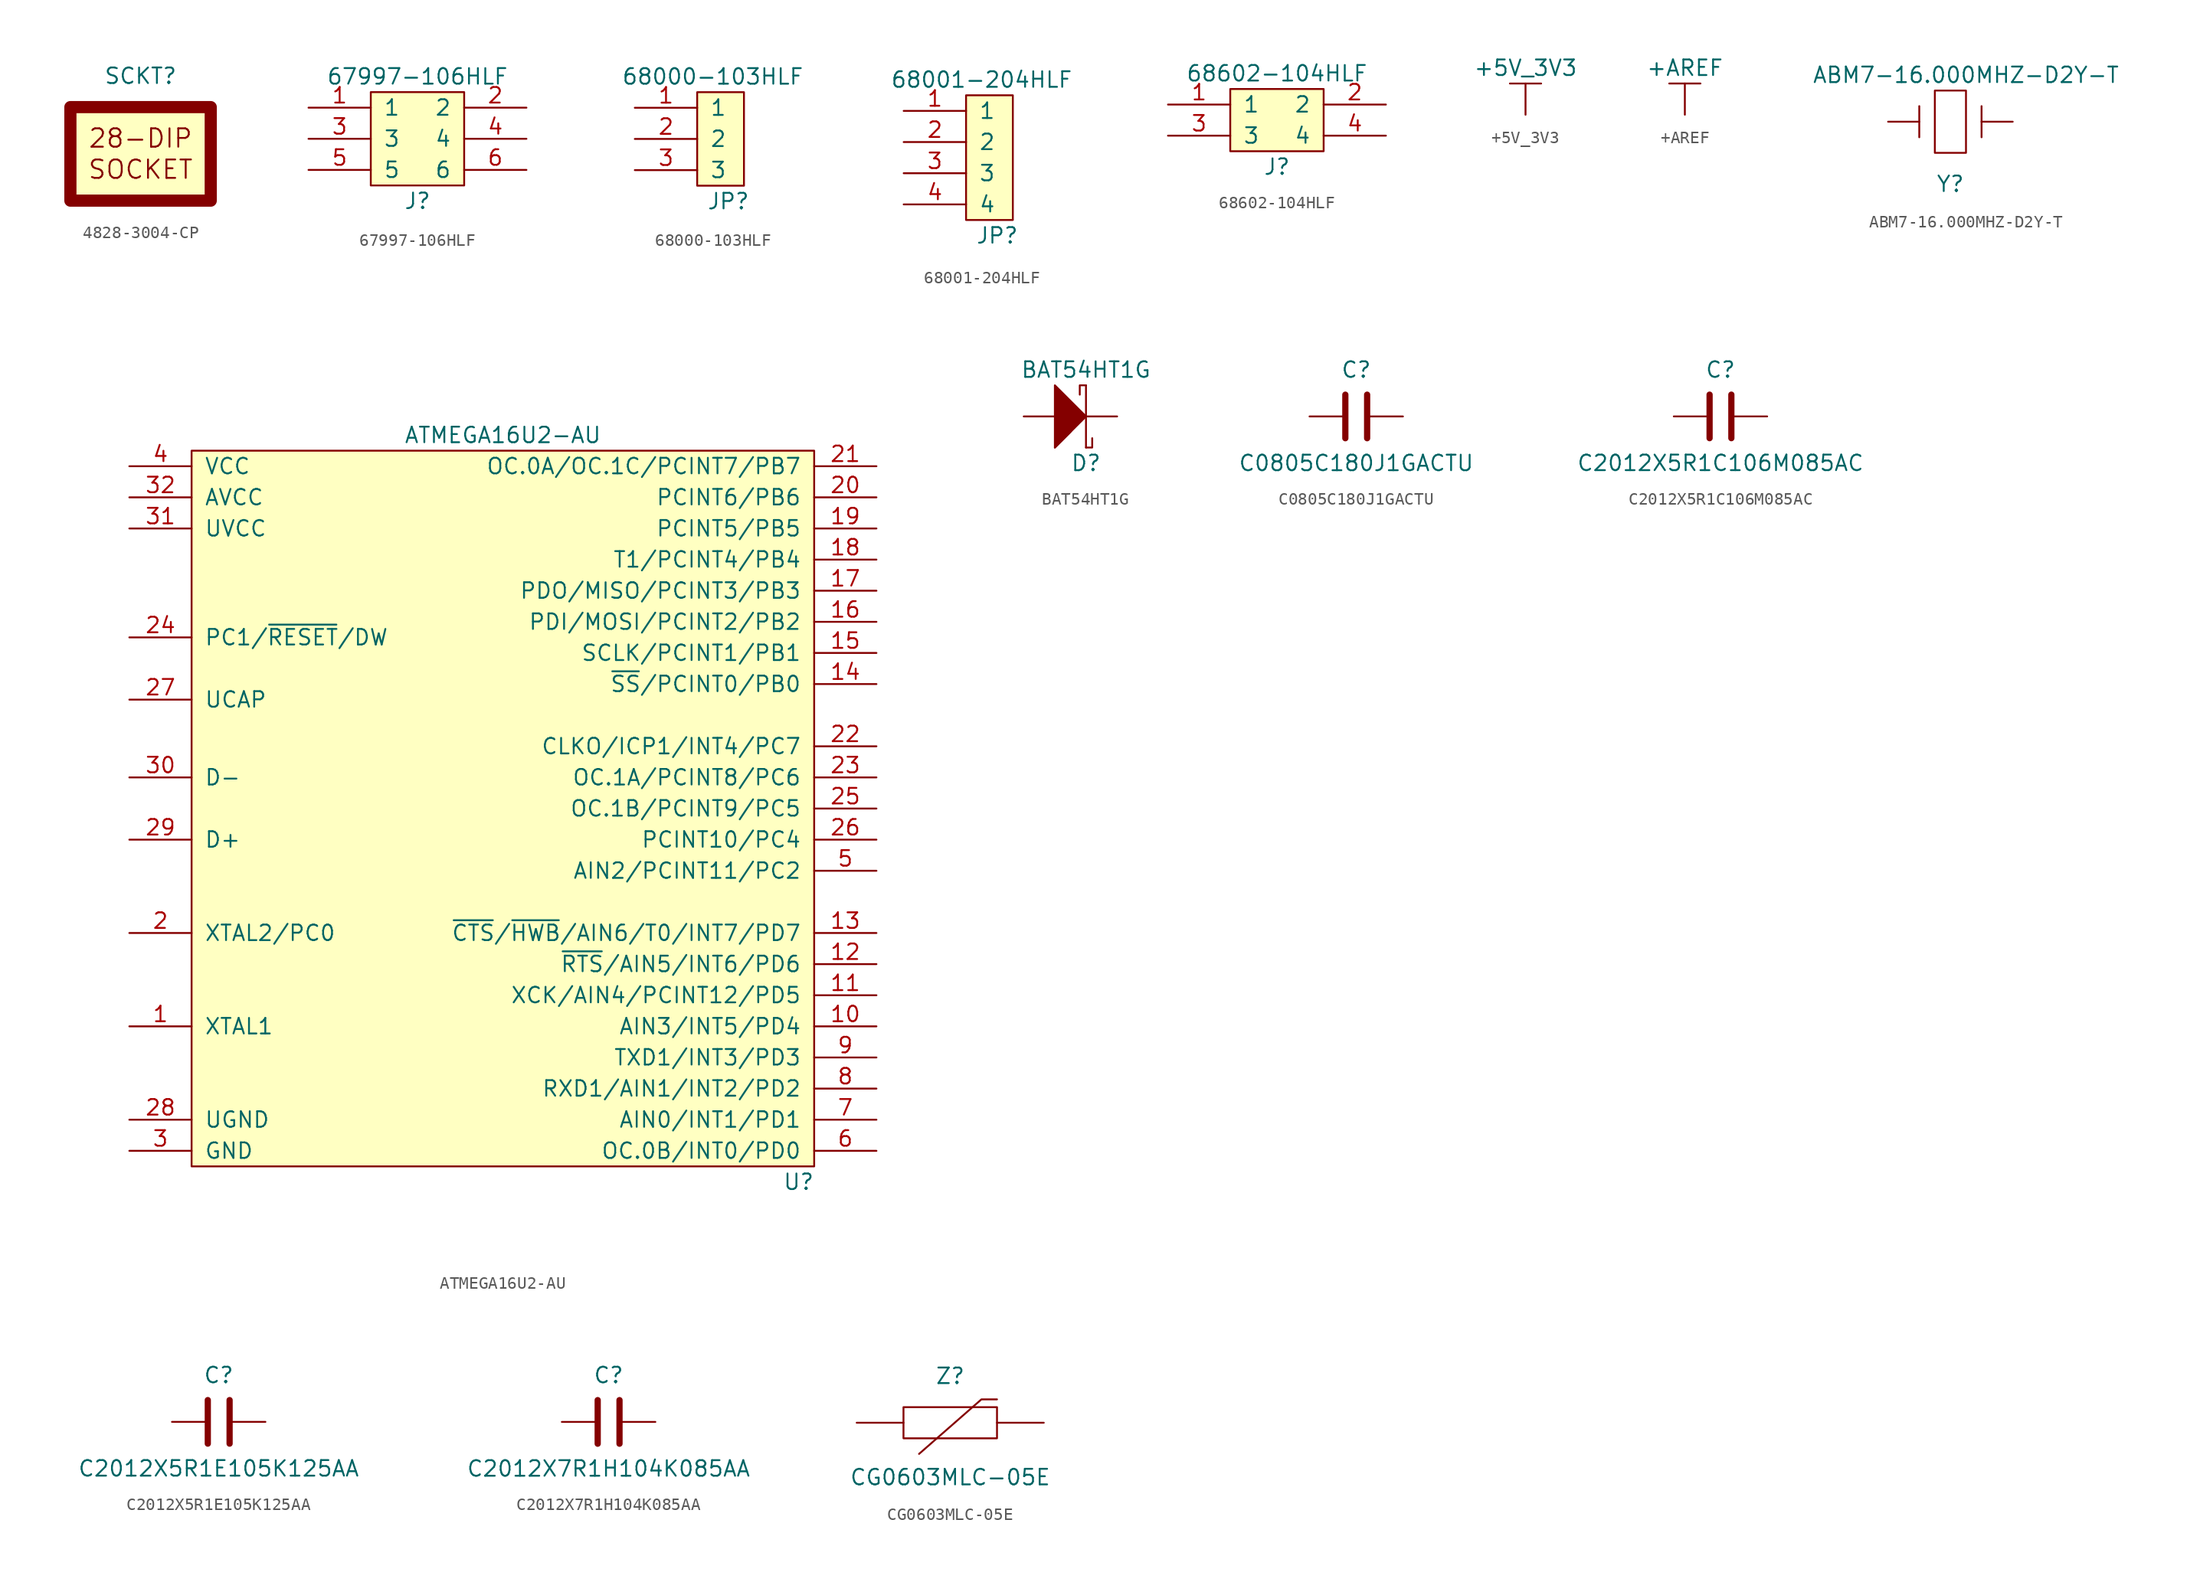
<source format=kicad_sym>
(kicad_symbol_lib
  (version 20220914)
  (generator kicad_symbol_editor)
  (symbol "4828-3004-CP"
    (pin_names
      (offset 1.016))
    (property "Reference" "SCKT"
      (at 0 6.35 0)
      (effects (font (size 1.27 1.27))))
    (symbol "4828-3004-CP_0_0"
      (rectangle (start -5.715 3.81) (end 5.715 -3.81) (stroke (width 0.991) (type solid)) (fill (type background)))
      (text "28-DIP" (at 0 1.27 0) (effects (font (size 1.499 1.499))))
      (text "SOCKET" (at 0 -1.27 0) (effects (font (size 1.499 1.499))))))
  (symbol "67997-106HLF"
    (pin_names
      (offset 1.016))
    (property "Reference" "J"
      (at 0 -5.08 0)
      (effects (font (size 1.27 1.27))))
    (property "Value" "67997-106HLF"
      (at 0 5.08 0)
      (effects (font (size 1.27 1.27))))
    (symbol "67997-106HLF_0_1"
      (rectangle (start -3.81 3.81) (end 3.81 -3.81) (stroke (width 0) (type solid)) (fill (type background))))
    (symbol "67997-106HLF_1_1"
      (pin passive line (at -8.89 2.54 0) (length 5.08) (name "1" (effects (font (size 1.27 1.27)))) (number "1" (effects (font (size 1.27 1.27)))))
      (pin passive line (at 8.89 2.54 180) (length 5.08) (name "2" (effects (font (size 1.27 1.27)))) (number "2" (effects (font (size 1.27 1.27)))))
      (pin passive line (at -8.89 0 0) (length 5.08) (name "3" (effects (font (size 1.27 1.27)))) (number "3" (effects (font (size 1.27 1.27)))))
      (pin passive line (at 8.89 0 180) (length 5.08) (name "4" (effects (font (size 1.27 1.27)))) (number "4" (effects (font (size 1.27 1.27)))))
      (pin passive line (at -8.89 -2.54 0) (length 5.08) (name "5" (effects (font (size 1.27 1.27)))) (number "5" (effects (font (size 1.27 1.27)))))
      (pin passive line (at 8.89 -2.54 180) (length 5.08) (name "6" (effects (font (size 1.27 1.27)))) (number "6" (effects (font (size 1.27 1.27)))))))
  (symbol "68000-103HLF"
    (pin_names
      (offset 1.016))
    (property "Reference" "JP"
      (at 1.27 -5.08 0)
      (effects (font (size 1.27 1.27))))
    (property "Value" "68000-103HLF"
      (at 0 5.08 0)
      (effects (font (size 1.27 1.27))))
    (symbol "68000-103HLF_0_1"
      (rectangle (start -1.27 3.81) (end 2.54 -3.81) (stroke (width 0) (type solid)) (fill (type background))))
    (symbol "68000-103HLF_1_1"
      (pin passive line (at -6.35 2.54 0) (length 5.08) (name "1" (effects (font (size 1.27 1.27)))) (number "1" (effects (font (size 1.27 1.27)))))
      (pin passive line (at -6.35 0 0) (length 5.08) (name "2" (effects (font (size 1.27 1.27)))) (number "2" (effects (font (size 1.27 1.27)))))
      (pin passive line (at -6.35 -2.54 0) (length 5.08) (name "3" (effects (font (size 1.27 1.27)))) (number "3" (effects (font (size 1.27 1.27)))))))
  (symbol "68001-204HLF"
    (pin_names
      (offset 1.016))
    (property "Reference" "JP"
      (at 1.27 -6.35 0)
      (effects (font (size 1.27 1.27))))
    (property "Value" "68001-204HLF"
      (at 0 6.35 0)
      (effects (font (size 1.27 1.27))))
    (symbol "68001-204HLF_0_1"
      (rectangle (start -1.27 5.08) (end 2.54 -5.08) (stroke (width 0) (type solid)) (fill (type background))))
    (symbol "68001-204HLF_1_1"
      (pin passive line (at -6.35 3.81 0) (length 5.08) (name "1" (effects (font (size 1.27 1.27)))) (number "1" (effects (font (size 1.27 1.27)))))
      (pin passive line (at -6.35 1.27 0) (length 5.08) (name "2" (effects (font (size 1.27 1.27)))) (number "2" (effects (font (size 1.27 1.27)))))
      (pin passive line (at -6.35 -1.27 0) (length 5.08) (name "3" (effects (font (size 1.27 1.27)))) (number "3" (effects (font (size 1.27 1.27)))))
      (pin passive line (at -6.35 -3.81 0) (length 5.08) (name "4" (effects (font (size 1.27 1.27)))) (number "4" (effects (font (size 1.27 1.27)))))))
  (symbol "68602-104HLF"
    (pin_names
      (offset 1.016))
    (property "Reference" "J"
      (at 0 -3.81 0)
      (effects (font (size 1.27 1.27))))
    (property "Value" "68602-104HLF"
      (at 0 3.81 0)
      (effects (font (size 1.27 1.27))))
    (symbol "68602-104HLF_0_1"
      (rectangle (start -3.81 2.54) (end 3.81 -2.54) (stroke (width 0) (type solid)) (fill (type background))))
    (symbol "68602-104HLF_1_1"
      (pin passive line (at -8.89 1.27 0) (length 5.08) (name "1" (effects (font (size 1.27 1.27)))) (number "1" (effects (font (size 1.27 1.27)))))
      (pin passive line (at 8.89 1.27 180) (length 5.08) (name "2" (effects (font (size 1.27 1.27)))) (number "2" (effects (font (size 1.27 1.27)))))
      (pin passive line (at -8.89 -1.27 0) (length 5.08) (name "3" (effects (font (size 1.27 1.27)))) (number "3" (effects (font (size 1.27 1.27)))))
      (pin passive line (at 8.89 -1.27 180) (length 5.08) (name "4" (effects (font (size 1.27 1.27)))) (number "4" (effects (font (size 1.27 1.27)))))))
  (symbol "+5V_3V3"
    (power)
    (pin_names
      (offset 1.016) hide)
    (property "Reference" "#PWR"
      (at 0 -7.62 0)
      (effects (font (size 1.27 1.27)) hide))
    (property "Value" "+5V_3V3"
      (at 0 3.81 0)
      (effects (font (size 1.27 1.27))))
    (symbol "+5V_3V3_0_1"
      (polyline (pts (xy -1.27 2.54) (xy 1.27 2.54)) (stroke (width 0) (type solid)) (fill (type none))))
    (symbol "+5V_3V3_1_1"
      (pin power_in line (at 0 0 90) (length 2.54) (name "+5V_3V3" (effects (font (size 1.27 1.27)))) (number "~" (effects (font (size 1.27 1.27)))))))
  (symbol "+AREF"
    (power)
    (pin_names
      (offset 1.016) hide)
    (property "Reference" "#PWR"
      (at 0 -7.62 0)
      (effects (font (size 1.27 1.27)) hide))
    (property "Value" "+AREF"
      (at 0 3.81 0)
      (effects (font (size 1.27 1.27))))
    (symbol "+AREF_0_1"
      (polyline (pts (xy -1.27 2.54) (xy 1.27 2.54)) (stroke (width 0) (type solid)) (fill (type none))))
    (symbol "+AREF_1_1"
      (pin power_in line (at 0 0 90) (length 2.54) (name "+AREF" (effects (font (size 1.27 1.27)))) (number "~" (effects (font (size 1.27 1.27)))))))
  (symbol "ABM7-16.000MHZ-D2Y-T"
    (pin_numbers hide)
    (pin_names
      (offset 1.016))
    (property "Reference" "Y"
      (at 0 -5.08 0)
      (effects (font (size 1.27 1.27))))
    (property "Value" "ABM7-16.000MHZ-D2Y-T"
      (at 1.27 3.81 0)
      (effects (font (size 1.27 1.27))))
    (symbol "ABM7-16.000MHZ-D2Y-T_0_1"
      (rectangle (start -1.27 2.54) (end 1.27 -2.54) (stroke (width 0) (type solid)) (fill (type none)))
      (polyline (pts (xy -2.54 1.27) (xy -2.54 -1.27)) (stroke (width 0) (type solid)) (fill (type none)))
      (polyline (pts (xy 2.54 1.27) (xy 2.54 -1.27)) (stroke (width 0) (type solid)) (fill (type none))))
    (symbol "ABM7-16.000MHZ-D2Y-T_1_1"
      (pin passive line (at -5.08 0 0) (length 2.54) (name "~" (effects (font (size 1.27 1.27)))) (number "1" (effects (font (size 1.27 1.27)))))
      (pin passive line (at 5.08 0 180) (length 2.54) (name "~" (effects (font (size 1.27 1.27)))) (number "2" (effects (font (size 1.27 1.27)))))))
  (symbol "ATMEGA16U2-AU"
    (pin_names
      (offset 1.016))
    (property "Reference" "U"
      (at 24.13 -30.48 0)
      (effects (font (size 1.27 1.27))))
    (property "Value" "ATMEGA16U2-AU"
      (at 0 30.48 0)
      (effects (font (size 1.27 1.27))))
    (symbol "ATMEGA16U2-AU_0_1"
      (rectangle (start -25.4 29.21) (end 25.4 -29.21) (stroke (width 0) (type solid)) (fill (type background))))
    (symbol "ATMEGA16U2-AU_1_1"
      (pin input line (at -30.48 -17.78 0) (length 5.08) (name "XTAL1" (effects (font (size 1.27 1.27)))) (number "1" (effects (font (size 1.27 1.27)))))
      (pin bidirectional line (at 30.48 -17.78 180) (length 5.08) (name "AIN3/INT5/PD4" (effects (font (size 1.27 1.27)))) (number "10" (effects (font (size 1.27 1.27)))))
      (pin bidirectional line (at 30.48 -15.24 180) (length 5.08) (name "XCK/AIN4/PCINT12/PD5" (effects (font (size 1.27 1.27)))) (number "11" (effects (font (size 1.27 1.27)))))
      (pin bidirectional line (at 30.48 -12.7 180) (length 5.08) (name "~{RTS}/AIN5/INT6/PD6" (effects (font (size 1.27 1.27)))) (number "12" (effects (font (size 1.27 1.27)))))
      (pin bidirectional line (at 30.48 -10.16 180) (length 5.08) (name "~{CTS}/~{HWB}/AIN6/T0/INT7/PD7" (effects (font (size 1.27 1.27)))) (number "13" (effects (font (size 1.27 1.27)))))
      (pin bidirectional line (at 30.48 10.16 180) (length 5.08) (name "~{SS}/PCINT0/PB0" (effects (font (size 1.27 1.27)))) (number "14" (effects (font (size 1.27 1.27)))))
      (pin bidirectional line (at 30.48 12.7 180) (length 5.08) (name "SCLK/PCINT1/PB1" (effects (font (size 1.27 1.27)))) (number "15" (effects (font (size 1.27 1.27)))))
      (pin bidirectional line (at 30.48 15.24 180) (length 5.08) (name "PDI/MOSI/PCINT2/PB2" (effects (font (size 1.27 1.27)))) (number "16" (effects (font (size 1.27 1.27)))))
      (pin bidirectional line (at 30.48 17.78 180) (length 5.08) (name "PDO/MISO/PCINT3/PB3" (effects (font (size 1.27 1.27)))) (number "17" (effects (font (size 1.27 1.27)))))
      (pin bidirectional line (at 30.48 20.32 180) (length 5.08) (name "T1/PCINT4/PB4" (effects (font (size 1.27 1.27)))) (number "18" (effects (font (size 1.27 1.27)))))
      (pin bidirectional line (at 30.48 22.86 180) (length 5.08) (name "PCINT5/PB5" (effects (font (size 1.27 1.27)))) (number "19" (effects (font (size 1.27 1.27)))))
      (pin bidirectional line (at -30.48 -10.16 0) (length 5.08) (name "XTAL2/PC0" (effects (font (size 1.27 1.27)))) (number "2" (effects (font (size 1.27 1.27)))))
      (pin bidirectional line (at 30.48 25.4 180) (length 5.08) (name "PCINT6/PB6" (effects (font (size 1.27 1.27)))) (number "20" (effects (font (size 1.27 1.27)))))
      (pin bidirectional line (at 30.48 27.94 180) (length 5.08) (name "OC.0A/OC.1C/PCINT7/PB7" (effects (font (size 1.27 1.27)))) (number "21" (effects (font (size 1.27 1.27)))))
      (pin bidirectional line (at 30.48 5.08 180) (length 5.08) (name "CLKO/ICP1/INT4/PC7" (effects (font (size 1.27 1.27)))) (number "22" (effects (font (size 1.27 1.27)))))
      (pin bidirectional line (at 30.48 2.54 180) (length 5.08) (name "OC.1A/PCINT8/PC6" (effects (font (size 1.27 1.27)))) (number "23" (effects (font (size 1.27 1.27)))))
      (pin bidirectional line (at -30.48 13.97 0) (length 5.08) (name "PC1/~{RESET}/DW" (effects (font (size 1.27 1.27)))) (number "24" (effects (font (size 1.27 1.27)))))
      (pin bidirectional line (at 30.48 0 180) (length 5.08) (name "OC.1B/PCINT9/PC5" (effects (font (size 1.27 1.27)))) (number "25" (effects (font (size 1.27 1.27)))))
      (pin bidirectional line (at 30.48 -2.54 180) (length 5.08) (name "PCINT10/PC4" (effects (font (size 1.27 1.27)))) (number "26" (effects (font (size 1.27 1.27)))))
      (pin power_out line (at -30.48 8.89 0) (length 5.08) (name "UCAP" (effects (font (size 1.27 1.27)))) (number "27" (effects (font (size 1.27 1.27)))))
      (pin power_in line (at -30.48 -25.4 0) (length 5.08) (name "UGND" (effects (font (size 1.27 1.27)))) (number "28" (effects (font (size 1.27 1.27)))))
      (pin bidirectional line (at -30.48 -2.54 0) (length 5.08) (name "D+" (effects (font (size 1.27 1.27)))) (number "29" (effects (font (size 1.27 1.27)))))
      (pin power_in line (at -30.48 -27.94 0) (length 5.08) (name "GND" (effects (font (size 1.27 1.27)))) (number "3" (effects (font (size 1.27 1.27)))))
      (pin bidirectional line (at -30.48 2.54 0) (length 5.08) (name "D-" (effects (font (size 1.27 1.27)))) (number "30" (effects (font (size 1.27 1.27)))))
      (pin power_in line (at -30.48 22.86 0) (length 5.08) (name "UVCC" (effects (font (size 1.27 1.27)))) (number "31" (effects (font (size 1.27 1.27)))))
      (pin power_in line (at -30.48 25.4 0) (length 5.08) (name "AVCC" (effects (font (size 1.27 1.27)))) (number "32" (effects (font (size 1.27 1.27)))))
      (pin power_in line (at -30.48 27.94 0) (length 5.08) (name "VCC" (effects (font (size 1.27 1.27)))) (number "4" (effects (font (size 1.27 1.27)))))
      (pin bidirectional line (at 30.48 -5.08 180) (length 5.08) (name "AIN2/PCINT11/PC2" (effects (font (size 1.27 1.27)))) (number "5" (effects (font (size 1.27 1.27)))))
      (pin bidirectional line (at 30.48 -27.94 180) (length 5.08) (name "OC.0B/INT0/PD0" (effects (font (size 1.27 1.27)))) (number "6" (effects (font (size 1.27 1.27)))))
      (pin bidirectional line (at 30.48 -25.4 180) (length 5.08) (name "AIN0/INT1/PD1" (effects (font (size 1.27 1.27)))) (number "7" (effects (font (size 1.27 1.27)))))
      (pin bidirectional line (at 30.48 -22.86 180) (length 5.08) (name "RXD1/AIN1/INT2/PD2" (effects (font (size 1.27 1.27)))) (number "8" (effects (font (size 1.27 1.27)))))
      (pin bidirectional line (at 30.48 -20.32 180) (length 5.08) (name "TXD1/INT3/PD3" (effects (font (size 1.27 1.27)))) (number "9" (effects (font (size 1.27 1.27)))))))
  (symbol "BAT54HT1G"
    (pin_numbers hide)
    (pin_names
      (offset 1.016) hide)
    (property "Reference" "D"
      (at 0 -3.81 0)
      (effects (font (size 1.27 1.27))))
    (property "Value" "BAT54HT1G"
      (at 0 3.81 0)
      (effects (font (size 1.27 1.27))))
    (symbol "BAT54HT1G_0_1"
      (polyline (pts (xy -1.27 -1.27) (xy -2.54 -2.54)) (stroke (width 0) (type solid)) (fill (type none)))
      (polyline (pts (xy 0 2.54) (xy 0 -2.54)) (stroke (width 0) (type solid)) (fill (type none)))
      (polyline (pts (xy 0 -2.54) (xy 0.508 -2.54) (xy 0.508 -1.778)) (stroke (width 0) (type solid)) (fill (type none)))
      (polyline (pts (xy 0 2.54) (xy -0.508 2.54) (xy -0.508 1.778)) (stroke (width 0) (type solid)) (fill (type none)))
      (polyline (pts (xy -2.54 2.54) (xy -2.54 -2.54) (xy 0 0) (xy -2.54 2.54)) (stroke (width 0) (type solid)) (fill (type outline))))
    (symbol "BAT54HT1G_1_1"
      (pin passive line (at 2.54 0 180) (length 2.54) (name "Cathode" (effects (font (size 1.27 1.27)))) (number "1" (effects (font (size 1.27 1.27)))))
      (pin passive line (at -5.08 0 0) (length 2.54) (name "Anode" (effects (font (size 1.27 1.27)))) (number "2" (effects (font (size 1.27 1.27)))))))
  (symbol "C0805C180J1GACTU"
    (pin_numbers hide)
    (pin_names
      (offset 1.016))
    (property "Reference" "C"
      (at 0 3.81 0)
      (effects (font (size 1.27 1.27))))
    (property "Value" "C0805C180J1GACTU"
      (at 0 -3.81 0)
      (effects (font (size 1.27 1.27))))
    (symbol "C0805C180J1GACTU_0_1"
      (rectangle (start -0.889 1.778) (end -0.889 -1.778) (stroke (width 0.508) (type solid)) (fill (type none)))
      (rectangle (start 0.889 1.778) (end 0.889 -1.778) (stroke (width 0.508) (type solid)) (fill (type none))))
    (symbol "C0805C180J1GACTU_1_1"
      (pin passive line (at -3.81 0 0) (length 2.794) (name "~" (effects (font (size 1.27 1.27)))) (number "1" (effects (font (size 1.27 1.27)))))
      (pin passive line (at 3.81 0 180) (length 2.794) (name "~" (effects (font (size 1.27 1.27)))) (number "2" (effects (font (size 1.27 1.27)))))))
  (symbol "C2012X5R1C106M085AC"
    (pin_numbers hide)
    (pin_names
      (offset 1.016))
    (property "Reference" "C"
      (at 0 3.81 0)
      (effects (font (size 1.27 1.27))))
    (property "Value" "C2012X5R1C106M085AC"
      (at 0 -3.81 0)
      (effects (font (size 1.27 1.27))))
    (symbol "C2012X5R1C106M085AC_0_1"
      (rectangle (start -0.889 1.778) (end -0.889 -1.778) (stroke (width 0.508) (type solid)) (fill (type none)))
      (rectangle (start 0.889 1.778) (end 0.889 -1.778) (stroke (width 0.508) (type solid)) (fill (type none))))
    (symbol "C2012X5R1C106M085AC_1_1"
      (pin passive line (at -3.81 0 0) (length 2.794) (name "~" (effects (font (size 1.27 1.27)))) (number "1" (effects (font (size 1.27 1.27)))))
      (pin passive line (at 3.81 0 180) (length 2.794) (name "~" (effects (font (size 1.27 1.27)))) (number "2" (effects (font (size 1.27 1.27)))))))
  (symbol "C2012X5R1E105K125AA"
    (pin_numbers hide)
    (pin_names
      (offset 1.016))
    (property "Reference" "C"
      (at 0 3.81 0)
      (effects (font (size 1.27 1.27))))
    (property "Value" "C2012X5R1E105K125AA"
      (at 0 -3.81 0)
      (effects (font (size 1.27 1.27))))
    (symbol "C2012X5R1E105K125AA_0_1"
      (rectangle (start -0.889 1.778) (end -0.889 -1.778) (stroke (width 0.508) (type solid)) (fill (type none)))
      (rectangle (start 0.889 1.778) (end 0.889 -1.778) (stroke (width 0.508) (type solid)) (fill (type none))))
    (symbol "C2012X5R1E105K125AA_1_1"
      (pin passive line (at -3.81 0 0) (length 2.794) (name "~" (effects (font (size 1.27 1.27)))) (number "1" (effects (font (size 1.27 1.27)))))
      (pin passive line (at 3.81 0 180) (length 2.794) (name "~" (effects (font (size 1.27 1.27)))) (number "2" (effects (font (size 1.27 1.27)))))))
  (symbol "C2012X7R1H104K085AA"
    (pin_numbers hide)
    (pin_names
      (offset 1.016))
    (property "Reference" "C"
      (at 0 3.81 0)
      (effects (font (size 1.27 1.27))))
    (property "Value" "C2012X7R1H104K085AA"
      (at 0 -3.81 0)
      (effects (font (size 1.27 1.27))))
    (symbol "C2012X7R1H104K085AA_0_1"
      (rectangle (start -0.889 1.778) (end -0.889 -1.778) (stroke (width 0.508) (type solid)) (fill (type none)))
      (rectangle (start 0.889 1.778) (end 0.889 -1.778) (stroke (width 0.508) (type solid)) (fill (type none))))
    (symbol "C2012X7R1H104K085AA_1_1"
      (pin passive line (at -3.81 0 0) (length 2.794) (name "~" (effects (font (size 1.27 1.27)))) (number "1" (effects (font (size 1.27 1.27)))))
      (pin passive line (at 3.81 0 180) (length 2.794) (name "~" (effects (font (size 1.27 1.27)))) (number "2" (effects (font (size 1.27 1.27)))))))
  (symbol "CG0603MLC-05E"
    (pin_numbers hide)
    (pin_names
      (offset 1.016) hide)
    (property "Reference" "Z"
      (at 0 3.81 0)
      (effects (font (size 1.27 1.27))))
    (property "Value" "CG0603MLC-05E"
      (at 0 -4.445 0)
      (effects (font (size 1.27 1.27))))
    (symbol "CG0603MLC-05E_0_1"
      (rectangle (start -3.81 1.27) (end 3.81 -1.27) (stroke (width 0) (type solid)) (fill (type none)))
      (polyline (pts (xy 3.81 1.905) (xy 2.54 1.905) (xy -2.54 -2.54)) (stroke (width 0) (type solid)) (fill (type none))))
    (symbol "CG0603MLC-05E_1_1"
      (pin passive line (at -7.62 0 0) (length 3.81) (name "1" (effects (font (size 1.27 1.27)))) (number "1" (effects (font (size 1.27 1.27)))))
      (pin passive line (at 7.62 0 180) (length 3.81) (name "2" (effects (font (size 1.27 1.27)))) (number "2" (effects (font (size 1.27 1.27))))))))
</source>
